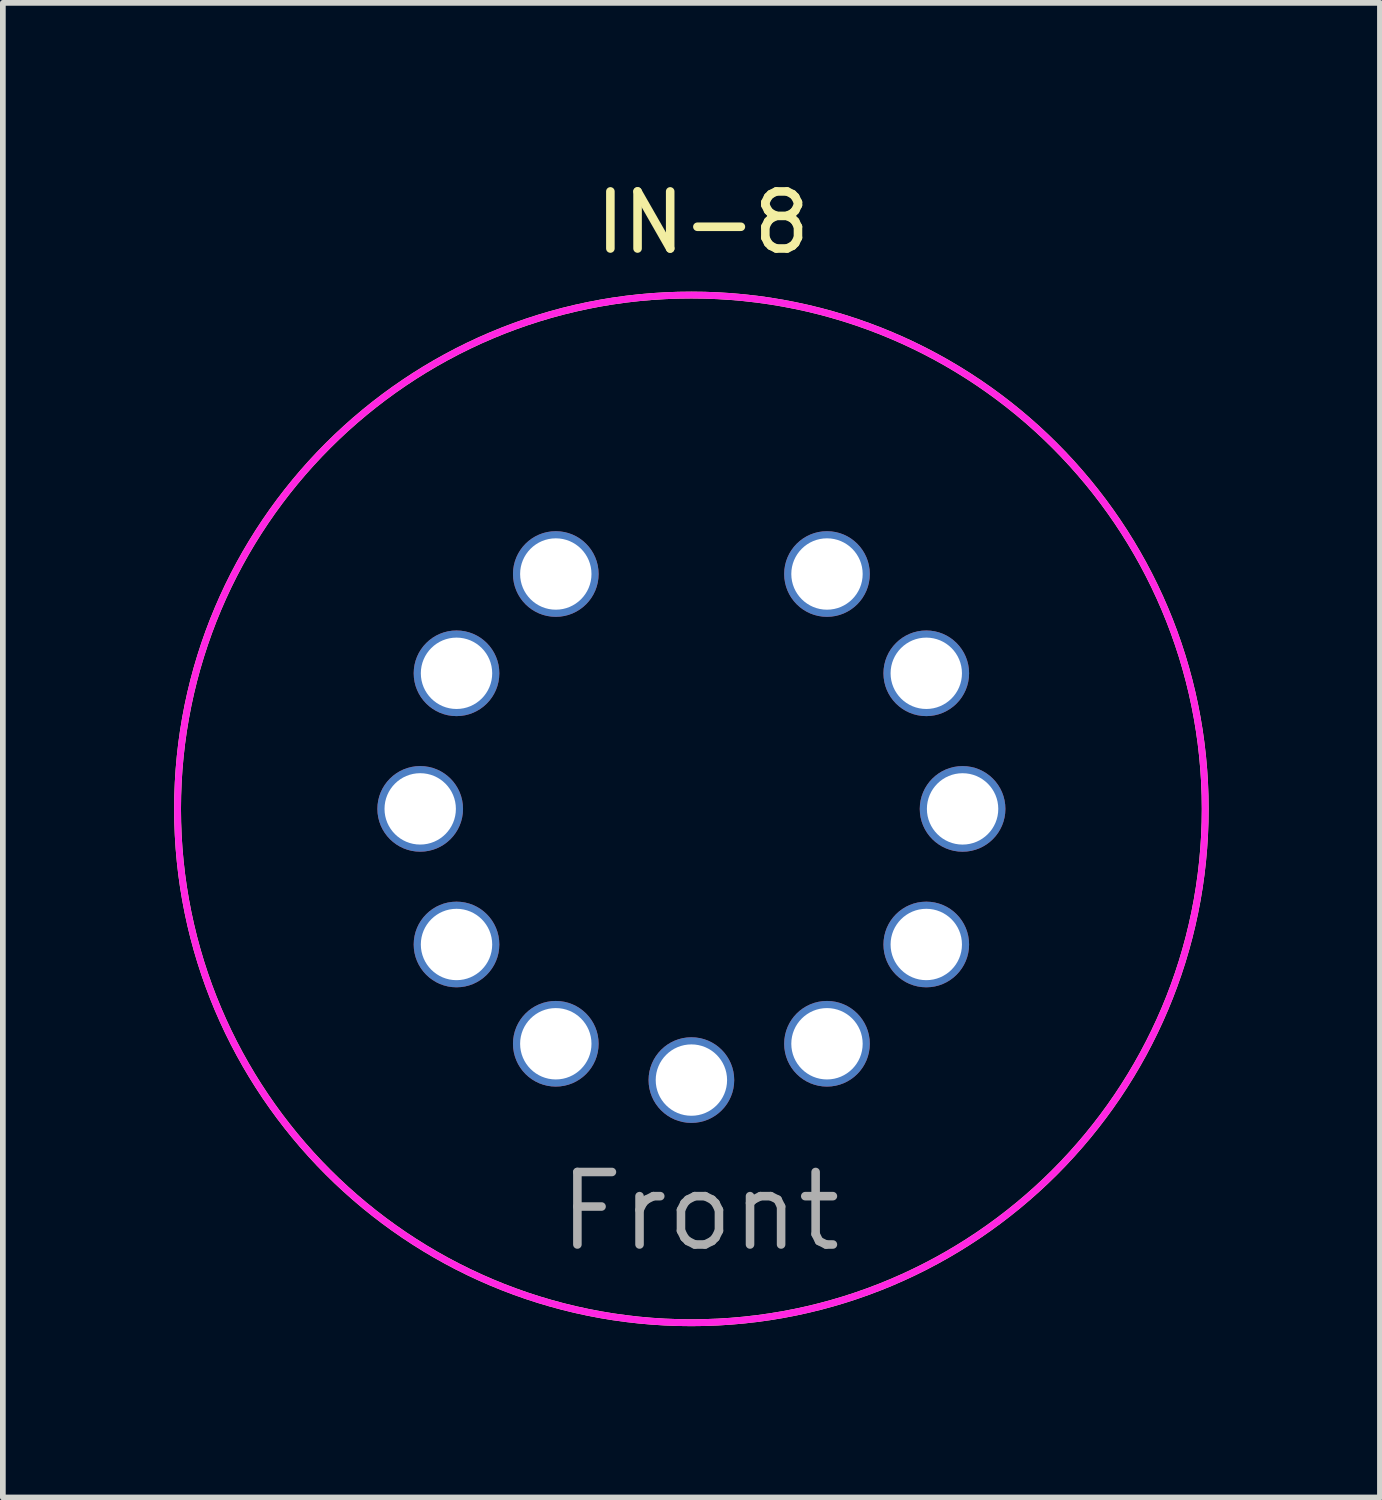
<source format=kicad_pcb>
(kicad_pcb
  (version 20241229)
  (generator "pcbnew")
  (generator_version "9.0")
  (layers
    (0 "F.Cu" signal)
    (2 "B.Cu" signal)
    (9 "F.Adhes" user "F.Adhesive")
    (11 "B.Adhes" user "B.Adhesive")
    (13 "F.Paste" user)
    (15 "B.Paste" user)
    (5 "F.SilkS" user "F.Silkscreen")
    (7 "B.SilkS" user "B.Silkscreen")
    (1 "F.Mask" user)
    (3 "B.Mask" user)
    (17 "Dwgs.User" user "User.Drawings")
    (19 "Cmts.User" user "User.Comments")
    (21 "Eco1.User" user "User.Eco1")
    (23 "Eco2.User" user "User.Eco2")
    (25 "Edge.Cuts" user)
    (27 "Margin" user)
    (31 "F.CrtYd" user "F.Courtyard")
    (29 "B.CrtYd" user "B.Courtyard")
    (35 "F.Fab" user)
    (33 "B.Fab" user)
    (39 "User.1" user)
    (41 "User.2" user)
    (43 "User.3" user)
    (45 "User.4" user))
  (footprint "IN-8"
    (layer "F.Cu")
    (at 9.16 11.118)
    (property "Reference" "IN-8" (at 0.1 -10.27 0) (layer "F.SilkS") (effects (font (size 1 1) (thickness 0.15))))
    (attr through_hole)
    (fp_circle (center -0.1 0) (end -0.1 9) (stroke (width 0.12) (type solid)) (fill no) (layer "F.SilkS"))
    (fp_circle (center -0.1 0) (end 8.9 0) (stroke (width 0.12) (type solid)) (fill no) (layer "F.CrtYd"))
    (fp_text user "Front" (at 0.05 7.05 0) (layer "F.Fab") (effects (font (size 1.27 1.27) (thickness 0.15))))
    (pad "1" thru_hole circle (at -2.475 -4.114) (size 1.5 1.5) (drill 1.25) (layers "*.Cu" "*.Mask"))
    (pad "2" thru_hole circle (at -4.214 -2.375) (size 1.5 1.5) (drill 1.25) (layers "*.Cu" "*.Mask"))
    (pad "3" thru_hole circle (at -4.85 -0.00019) (size 1.5 1.5) (drill 1.25) (layers "*.Cu" "*.Mask"))
    (pad "4" thru_hole circle (at -4.214 2.375) (size 1.5 1.5) (drill 1.25) (layers "*.Cu" "*.Mask"))
    (pad "5" thru_hole circle (at -2.475 4.114) (size 1.5 1.5) (drill 1.25) (layers "*.Cu" "*.Mask"))
    (pad "6" thru_hole circle (at -0.1 4.75) (size 1.5 1.5) (drill 1.25) (layers "*.Cu" "*.Mask"))
    (pad "7" thru_hole circle (at 2.275 4.114) (size 1.5 1.5) (drill 1.25) (layers "*.Cu" "*.Mask"))
    (pad "8" thru_hole circle (at 4.014 2.375) (size 1.5 1.5) (drill 1.25) (layers "*.Cu" "*.Mask"))
    (pad "9" thru_hole circle (at 4.65 0.00019) (size 1.5 1.5) (drill 1.25) (layers "*.Cu" "*.Mask"))
    (pad "10" thru_hole circle (at 4.014 -2.375) (size 1.5 1.5) (drill 1.25) (layers "*.Cu" "*.Mask"))
    (pad "11" thru_hole circle (at 2.275 -4.114) (size 1.5 1.5) (drill 1.25) (layers "*.Cu" "*.Mask")))
  (gr_rect
    (start -3 -3)
    (end 21.12 23.178)
    (stroke (width 0.1) (type default))
    (fill no)
    (layer "Edge.Cuts")))
</source>
